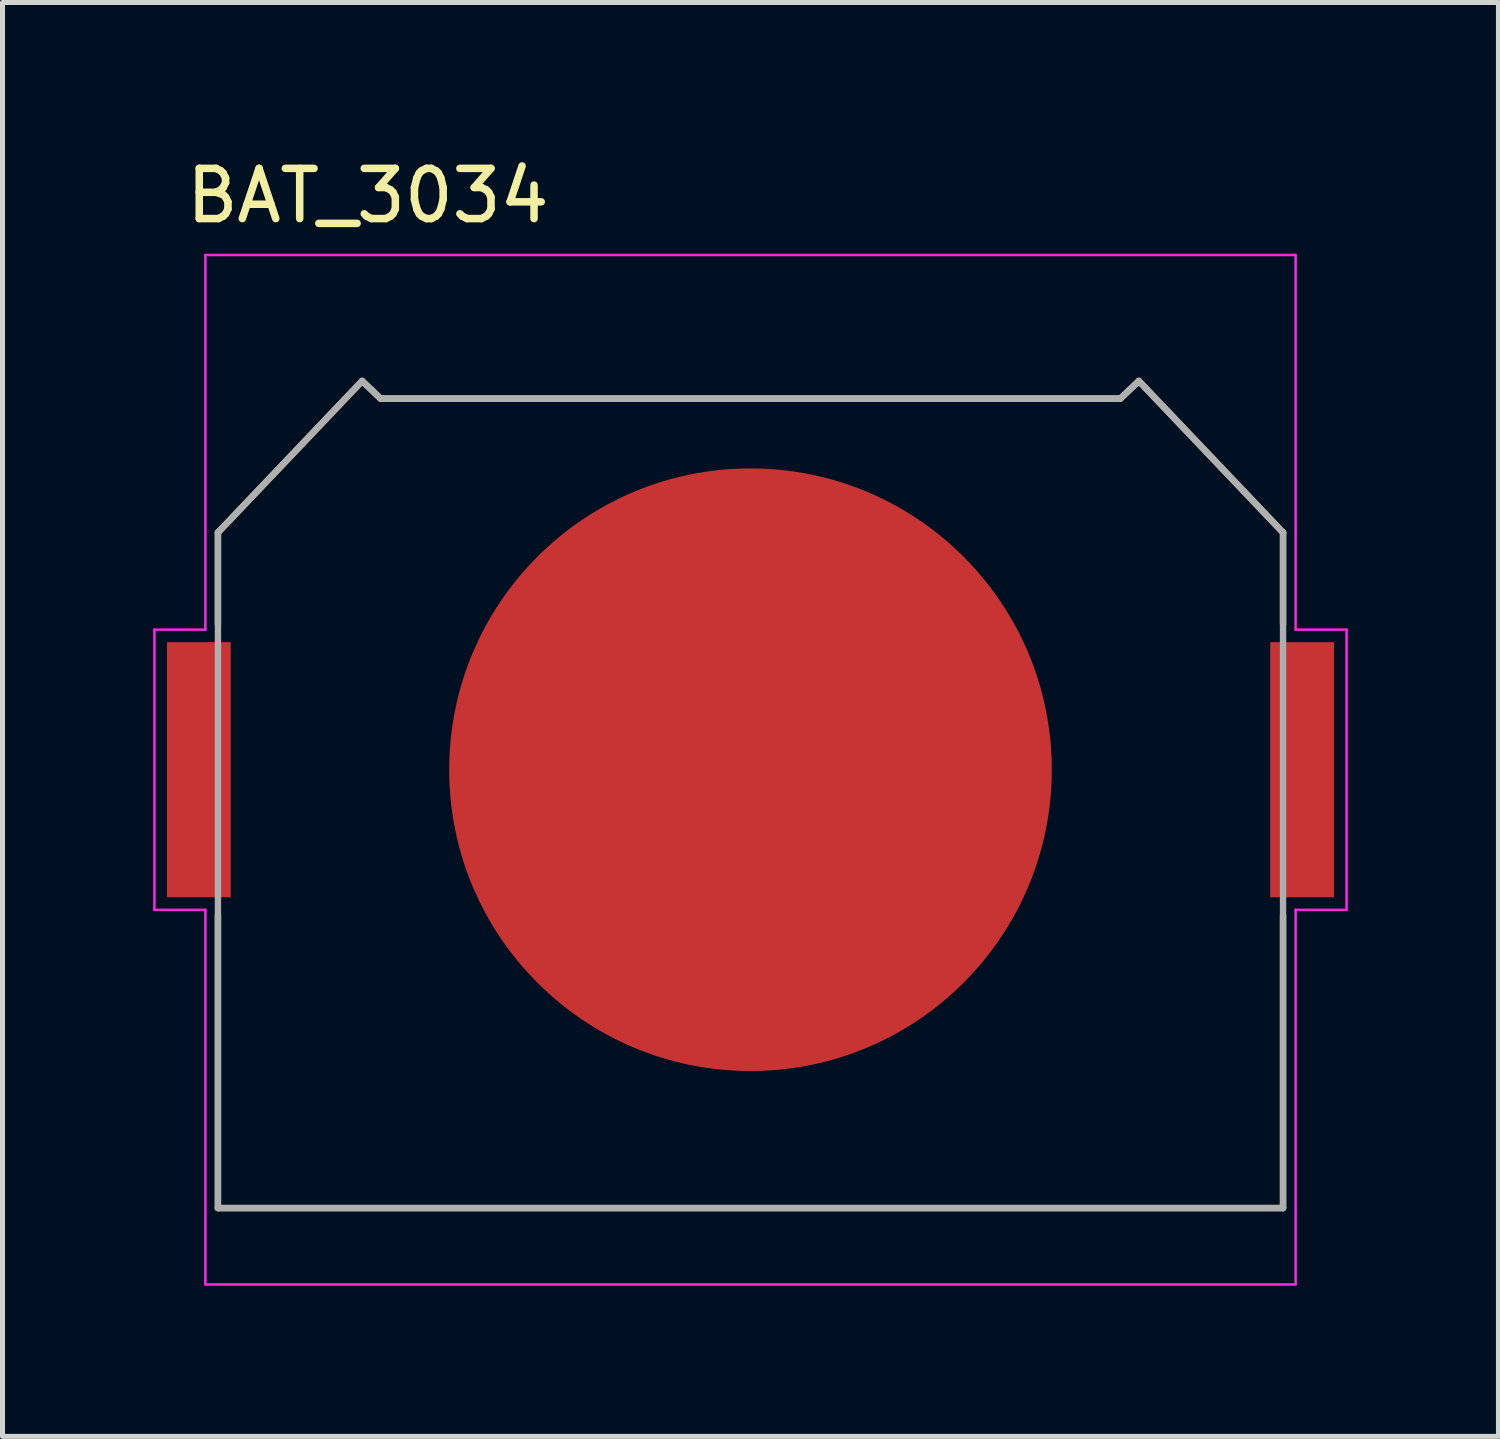
<source format=kicad_pcb>
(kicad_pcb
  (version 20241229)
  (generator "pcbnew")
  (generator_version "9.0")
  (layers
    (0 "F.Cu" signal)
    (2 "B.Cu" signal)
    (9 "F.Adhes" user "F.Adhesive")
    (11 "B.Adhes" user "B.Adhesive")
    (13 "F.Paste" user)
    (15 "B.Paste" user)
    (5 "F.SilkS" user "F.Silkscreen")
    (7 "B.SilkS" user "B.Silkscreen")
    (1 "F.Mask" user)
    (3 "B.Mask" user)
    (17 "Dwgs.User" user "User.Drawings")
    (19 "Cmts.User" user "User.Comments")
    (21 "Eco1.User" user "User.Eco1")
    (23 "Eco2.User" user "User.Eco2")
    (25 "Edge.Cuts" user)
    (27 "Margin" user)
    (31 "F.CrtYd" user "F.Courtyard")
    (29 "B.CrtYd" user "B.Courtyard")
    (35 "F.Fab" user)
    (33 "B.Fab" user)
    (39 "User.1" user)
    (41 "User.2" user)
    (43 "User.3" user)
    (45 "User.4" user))
  (footprint "BAT_3034"
    (layer "F.Cu")
    (at 11.895 12.278)
    (property "Reference" "BAT_3034" (at -7.62 -11.43 0) (layer "F.SilkS") (effects (font (size 1 1) (thickness 0.15))))
    (attr smd)
    (fp_line (start -10.605 -4.723) (end -10.605 -2.9) (stroke (width 0.127) (type solid)) (layer "F.SilkS"))
    (fp_line (start -10.605 8.729) (end -10.605 2.9) (stroke (width 0.127) (type solid)) (layer "F.SilkS"))
    (fp_line (start -10.605 8.729) (end 10.605 8.729) (stroke (width 0.127) (type solid)) (layer "F.SilkS"))
    (fp_line (start -7.734 -7.741) (end -10.605 -4.723) (stroke (width 0.127) (type solid)) (layer "F.SilkS"))
    (fp_line (start -7.734 -7.741) (end -7.366 -7.391) (stroke (width 0.127) (type solid)) (layer "F.SilkS"))
    (fp_line (start -7.366 -7.391) (end 7.366 -7.391) (stroke (width 0.127) (type solid)) (layer "F.SilkS"))
    (fp_line (start 7.366 -7.391) (end 7.734 -7.741) (stroke (width 0.127) (type solid)) (layer "F.SilkS"))
    (fp_line (start 7.734 -7.741) (end 10.605 -4.723) (stroke (width 0.127) (type solid)) (layer "F.SilkS"))
    (fp_line (start 10.605 -4.723) (end 10.605 -2.9) (stroke (width 0.127) (type solid)) (layer "F.SilkS"))
    (fp_line (start 10.605 8.729) (end 10.605 2.9) (stroke (width 0.127) (type solid)) (layer "F.SilkS"))
    (fp_line (start -11.87 -2.79) (end -11.87 2.79) (stroke (width 0.05) (type solid)) (layer "F.CrtYd"))
    (fp_line (start -11.87 2.79) (end -10.855 2.79) (stroke (width 0.05) (type solid)) (layer "F.CrtYd"))
    (fp_line (start -10.855 -10.25) (end -10.855 -2.79) (stroke (width 0.05) (type solid)) (layer "F.CrtYd"))
    (fp_line (start -10.855 -2.79) (end -11.87 -2.79) (stroke (width 0.05) (type solid)) (layer "F.CrtYd"))
    (fp_line (start -10.855 2.79) (end -10.855 10.25) (stroke (width 0.05) (type solid)) (layer "F.CrtYd"))
    (fp_line (start -10.855 10.25) (end 10.855 10.25) (stroke (width 0.05) (type solid)) (layer "F.CrtYd"))
    (fp_line (start 10.855 -10.25) (end -10.855 -10.25) (stroke (width 0.05) (type solid)) (layer "F.CrtYd"))
    (fp_line (start 10.855 -2.79) (end 10.855 -10.25) (stroke (width 0.05) (type solid)) (layer "F.CrtYd"))
    (fp_line (start 10.855 -2.79) (end 11.87 -2.79) (stroke (width 0.05) (type solid)) (layer "F.CrtYd"))
    (fp_line (start 10.855 10.25) (end 10.855 2.79) (stroke (width 0.05) (type solid)) (layer "F.CrtYd"))
    (fp_line (start 11.87 -2.79) (end 11.87 2.79) (stroke (width 0.05) (type solid)) (layer "F.CrtYd"))
    (fp_line (start 11.87 2.79) (end 10.855 2.79) (stroke (width 0.05) (type solid)) (layer "F.CrtYd"))
    (fp_line (start -10.605 -4.723) (end -10.605 8.729) (stroke (width 0.127) (type solid)) (layer "F.Fab"))
    (fp_line (start -10.605 8.729) (end 10.605 8.729) (stroke (width 0.127) (type solid)) (layer "F.Fab"))
    (fp_line (start -7.734 -7.741) (end -10.605 -4.723) (stroke (width 0.127) (type solid)) (layer "F.Fab"))
    (fp_line (start -7.734 -7.741) (end -7.366 -7.391) (stroke (width 0.127) (type solid)) (layer "F.Fab"))
    (fp_line (start -7.366 -7.391) (end 7.366 -7.391) (stroke (width 0.127) (type solid)) (layer "F.Fab"))
    (fp_line (start 7.366 -7.391) (end 7.734 -7.741) (stroke (width 0.127) (type solid)) (layer "F.Fab"))
    (fp_line (start 7.734 -7.741) (end 10.605 -4.723) (stroke (width 0.127) (type solid)) (layer "F.Fab"))
    (fp_line (start 10.605 -4.723) (end 10.605 8.729) (stroke (width 0.127) (type solid)) (layer "F.Fab"))
    (pad "N" smd circle (at 0 0) (size 12 12) (layers "F.Cu" "F.Mask"))
    (pad "P1" smd rect (at -10.985 0) (size 1.27 5.08) (layers "F.Cu" "F.Mask" "F.Paste"))
    (pad "P2" smd rect (at 10.985 0) (size 1.27 5.08) (layers "F.Cu" "F.Mask" "F.Paste")))
  (gr_rect
    (start -3 -3)
    (end 26.79 25.553)
    (stroke (width 0.1) (type default))
    (fill no)
    (layer "Edge.Cuts")))
</source>
